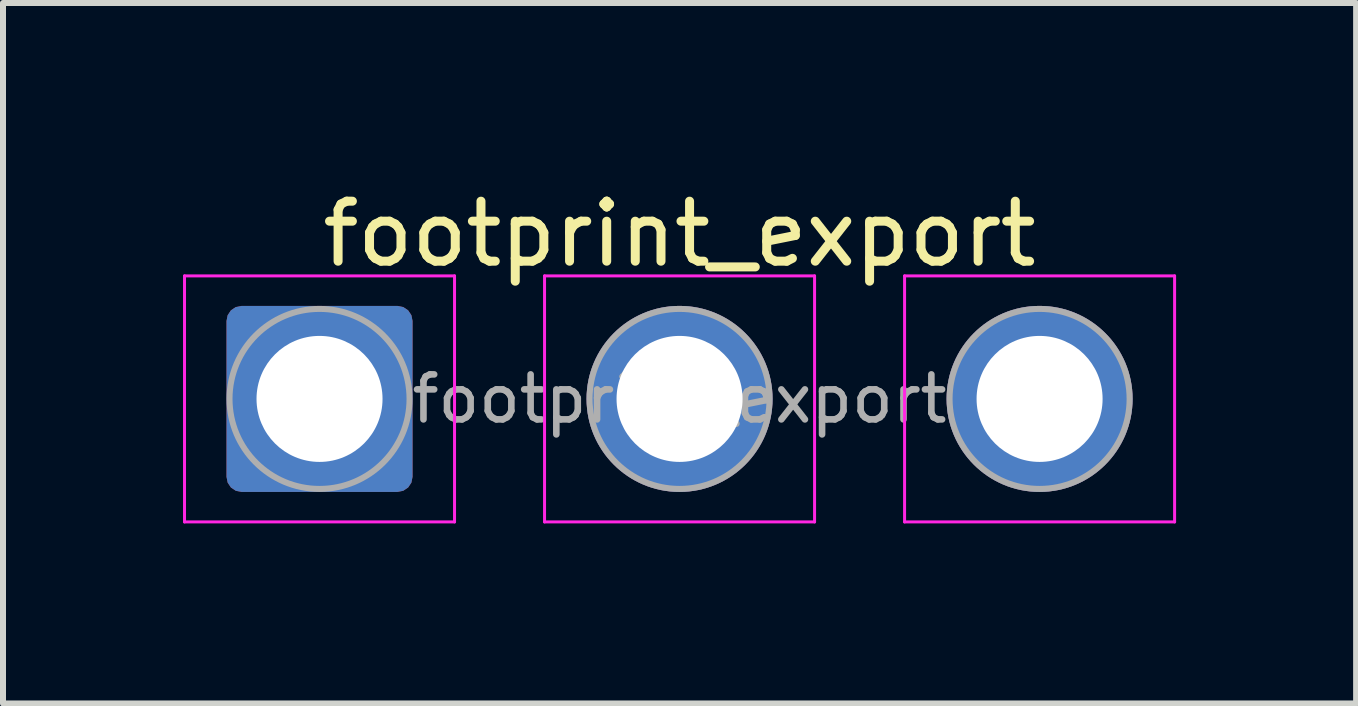
<source format=kicad_pcb>
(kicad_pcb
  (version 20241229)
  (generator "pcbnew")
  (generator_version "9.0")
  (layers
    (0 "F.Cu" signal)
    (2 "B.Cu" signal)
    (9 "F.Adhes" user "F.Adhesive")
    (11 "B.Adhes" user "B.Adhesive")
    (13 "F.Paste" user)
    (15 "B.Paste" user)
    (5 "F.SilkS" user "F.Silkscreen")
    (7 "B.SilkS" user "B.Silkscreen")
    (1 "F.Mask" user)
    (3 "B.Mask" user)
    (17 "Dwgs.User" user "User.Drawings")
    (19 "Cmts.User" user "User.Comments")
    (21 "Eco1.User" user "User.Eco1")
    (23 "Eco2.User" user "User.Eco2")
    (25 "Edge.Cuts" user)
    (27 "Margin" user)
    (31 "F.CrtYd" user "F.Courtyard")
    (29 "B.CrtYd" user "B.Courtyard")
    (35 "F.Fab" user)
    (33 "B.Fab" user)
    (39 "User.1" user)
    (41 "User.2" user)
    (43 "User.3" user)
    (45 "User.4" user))
  (footprint "footprint_export"
    (layer "F.Cu")
    (at 2.275 3.598)
    (property "Reference" "footprint_export" (at 6 -2.75 0) (layer "F.SilkS") (effects (font (size 1 1) (thickness 0.15))))
    (attr exclude_from_pos_files exclude_from_bom)
    (fp_line (start -2.25 -2.05) (end -2.25 2.05) (stroke (width 0.05) (type solid)) (layer "F.CrtYd"))
    (fp_line (start -2.25 2.05) (end 2.25 2.05) (stroke (width 0.05) (type solid)) (layer "F.CrtYd"))
    (fp_line (start 2.25 -2.05) (end -2.25 -2.05) (stroke (width 0.05) (type solid)) (layer "F.CrtYd"))
    (fp_line (start 2.25 2.05) (end 2.25 -2.05) (stroke (width 0.05) (type solid)) (layer "F.CrtYd"))
    (fp_line (start 3.75 -2.05) (end 3.75 2.05) (stroke (width 0.05) (type solid)) (layer "F.CrtYd"))
    (fp_line (start 3.75 2.05) (end 8.25 2.05) (stroke (width 0.05) (type solid)) (layer "F.CrtYd"))
    (fp_line (start 8.25 -2.05) (end 3.75 -2.05) (stroke (width 0.05) (type solid)) (layer "F.CrtYd"))
    (fp_line (start 8.25 2.05) (end 8.25 -2.05) (stroke (width 0.05) (type solid)) (layer "F.CrtYd"))
    (fp_line (start 9.75 -2.05) (end 9.75 2.05) (stroke (width 0.05) (type solid)) (layer "F.CrtYd"))
    (fp_line (start 9.75 2.05) (end 14.25 2.05) (stroke (width 0.05) (type solid)) (layer "F.CrtYd"))
    (fp_line (start 14.25 -2.05) (end 9.75 -2.05) (stroke (width 0.05) (type solid)) (layer "F.CrtYd"))
    (fp_line (start 14.25 2.05) (end 14.25 -2.05) (stroke (width 0.05) (type solid)) (layer "F.CrtYd"))
    (fp_circle (center 0 0) (end 1.5 0) (stroke (width 0.1) (type solid)) (fill no) (layer "F.Fab"))
    (fp_circle (center 6 0) (end 7.5 0) (stroke (width 0.1) (type solid)) (fill no) (layer "F.Fab"))
    (fp_circle (center 12 0) (end 13.5 0) (stroke (width 0.1) (type solid)) (fill no) (layer "F.Fab"))
    (fp_text user "${REFERENCE}" (at 6 0 0) (layer "F.Fab") (effects (font (size 0.75 0.75) (thickness 0.11))))
    (pad "1" thru_hole roundrect (at 0 0) (size 3.1 3.1) (drill 2.1) (layers "*.Cu" "*.Mask") (roundrect_rratio 0.081))
    (pad "2" thru_hole circle (at 6 0) (size 3.1 3.1) (drill 2.1) (layers "*.Cu" "*.Mask"))
    (pad "3" thru_hole circle (at 12 0) (size 3.1 3.1) (drill 2.1) (layers "*.Cu" "*.Mask")))
  (gr_rect
    (start -3 -3)
    (end 19.55 8.673)
    (stroke (width 0.1) (type default))
    (fill no)
    (layer "Edge.Cuts")))
</source>
